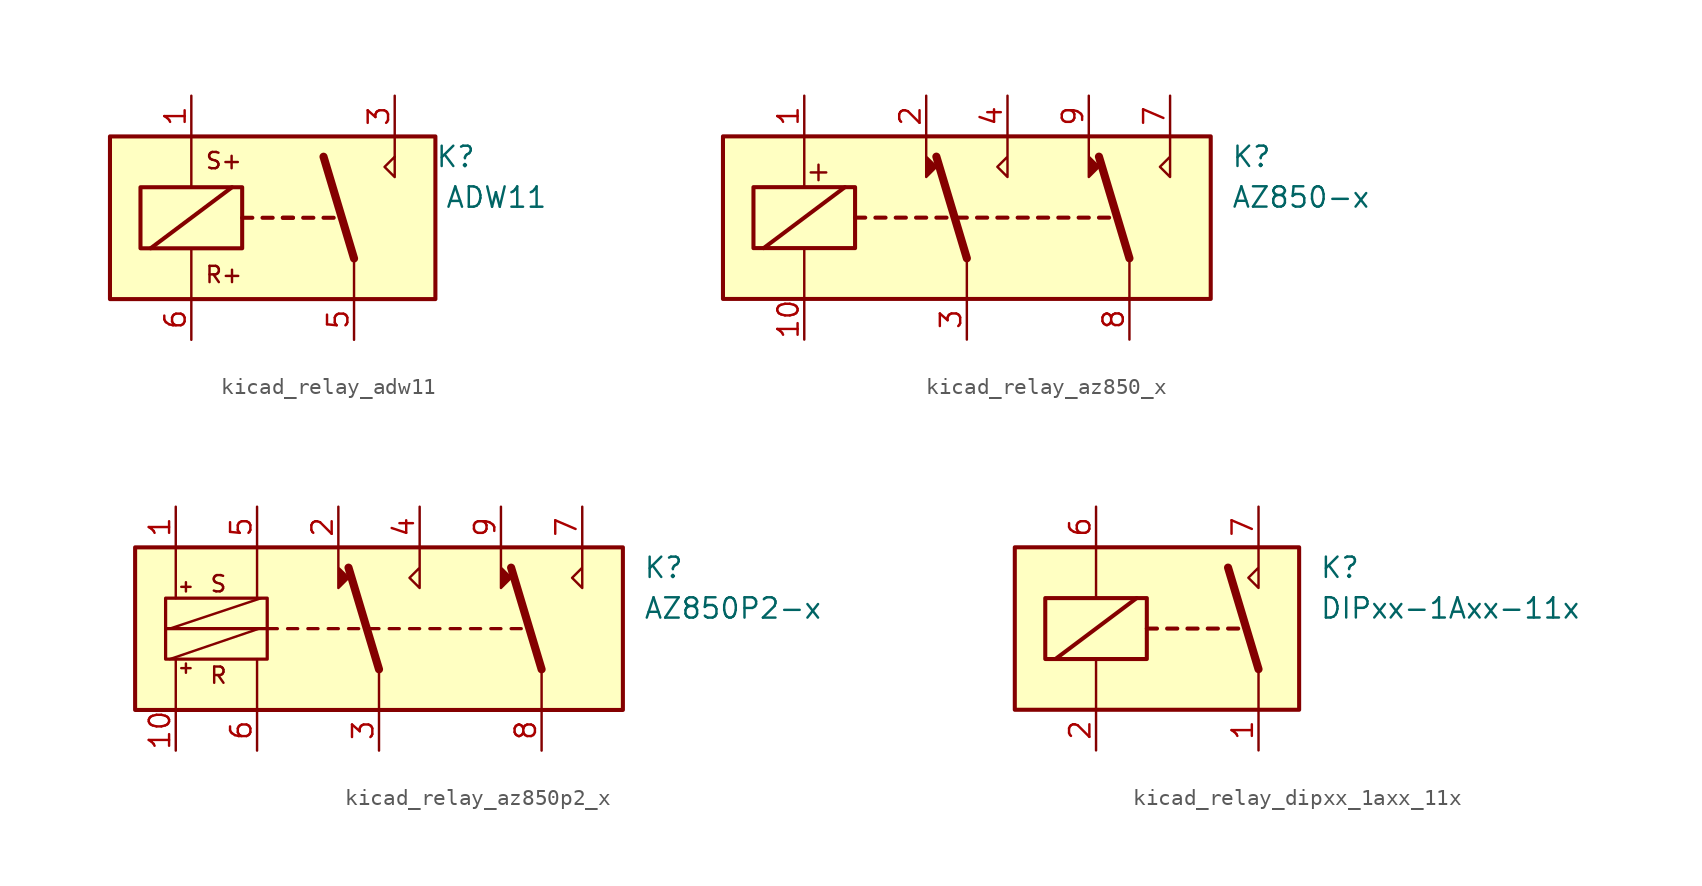
<source format=kicad_sym>
(kicad_symbol_lib
  (version 20220914)
  (generator kicad_symbol_editor)
  (symbol "kicad_relay_adw11"
    (property "Reference" "K"
      (at 11.43 3.81 0)
      (effects (font (size 1.27 1.27))))
    (property "Value" "ADW11"
      (at 13.97 1.27 0)
      (effects (font (size 1.27 1.27))))
    (symbol "kicad_relay_adw11_1_1"
      (rectangle (start -10.16 5.08) (end 10.16 -5.08) (stroke (width 0.254) (type default)) (fill (type background)))
      (rectangle (start -8.255 1.905) (end -1.905 -1.905) (stroke (width 0.254) (type default)) (fill (type none)))
      (polyline (pts (xy -7.62 -1.905) (xy -2.54 1.905)) (stroke (width 0.254) (type default)) (fill (type none)))
      (polyline (pts (xy -5.08 -5.08) (xy -5.08 -1.905)) (stroke (width 0) (type default)) (fill (type none)))
      (polyline (pts (xy -5.08 5.08) (xy -5.08 1.905)) (stroke (width 0) (type default)) (fill (type none)))
      (polyline (pts (xy -1.905 0) (xy -1.27 0)) (stroke (width 0.254) (type default)) (fill (type none)))
      (polyline (pts (xy -0.635 0) (xy 0 0)) (stroke (width 0.254) (type default)) (fill (type none)))
      (polyline (pts (xy 0.635 0) (xy 1.27 0)) (stroke (width 0.254) (type default)) (fill (type none)))
      (polyline (pts (xy 0.635 0) (xy 1.27 0)) (stroke (width 0.254) (type default)) (fill (type none)))
      (polyline (pts (xy 1.905 0) (xy 2.54 0)) (stroke (width 0.254) (type default)) (fill (type none)))
      (polyline (pts (xy 3.175 0) (xy 3.81 0)) (stroke (width 0.254) (type default)) (fill (type none)))
      (polyline (pts (xy 5.08 -2.54) (xy 3.175 3.81)) (stroke (width 0.508) (type default)) (fill (type none)))
      (polyline (pts (xy 5.08 -2.54) (xy 5.08 -5.08)) (stroke (width 0) (type default)) (fill (type none)))
      (polyline (pts (xy 7.62 3.81) (xy 7.62 5.08)) (stroke (width 0) (type default)) (fill (type none)))
      (polyline (pts (xy 7.62 3.81) (xy 7.62 2.54) (xy 6.985 3.175) (xy 7.62 3.81)) (stroke (width 0) (type default)) (fill (type none)))
      (text "R+" (at -3.048 -3.556 0) (effects (font (size 1.016 1.016))))
      (text "S+" (at -3.048 3.556 0) (effects (font (size 1.016 1.016))))
      (pin passive line (at -5.08 7.62 270) (length 2.54) (name "~" (effects (font (size 1.27 1.27)))) (number "1" (effects (font (size 1.27 1.27)))))
      (pin passive line (at 7.62 7.62 270) (length 2.54) (name "~" (effects (font (size 1.27 1.27)))) (number "3" (effects (font (size 1.27 1.27)))))
      (pin passive line (at 5.08 -7.62 90) (length 2.54) (name "~" (effects (font (size 1.27 1.27)))) (number "5" (effects (font (size 1.27 1.27)))))
      (pin passive line (at -5.08 -7.62 90) (length 2.54) (name "~" (effects (font (size 1.27 1.27)))) (number "6" (effects (font (size 1.27 1.27)))))))
  (symbol "kicad_relay_az850_x"
    (property "Reference" "K"
      (at 16.51 3.81 0)
      (effects (font (size 1.27 1.27)) (justify left)))
    (property "Value" "AZ850-x"
      (at 16.51 1.27 0)
      (effects (font (size 1.27 1.27)) (justify left)))
    (symbol "kicad_relay_az850_x_0_0"
      (text "+" (at -9.271 2.921 0) (effects (font (size 1.27 1.27)))))
    (symbol "kicad_relay_az850_x_0_1"
      (rectangle (start -15.24 5.08) (end 15.24 -5.08) (stroke (width 0.254) (type default)) (fill (type background)))
      (rectangle (start -13.335 1.905) (end -6.985 -1.905) (stroke (width 0.254) (type default)) (fill (type none)))
      (polyline (pts (xy -12.7 -1.905) (xy -7.62 1.905)) (stroke (width 0.254) (type default)) (fill (type none)))
      (polyline (pts (xy -10.16 -5.08) (xy -10.16 -1.905)) (stroke (width 0) (type default)) (fill (type none)))
      (polyline (pts (xy -10.16 5.08) (xy -10.16 1.905)) (stroke (width 0) (type default)) (fill (type none)))
      (polyline (pts (xy -6.985 0) (xy -6.35 0)) (stroke (width 0.254) (type default)) (fill (type none)))
      (polyline (pts (xy -5.715 0) (xy -5.08 0)) (stroke (width 0.254) (type default)) (fill (type none)))
      (polyline (pts (xy -4.445 0) (xy -3.81 0)) (stroke (width 0.254) (type default)) (fill (type none)))
      (polyline (pts (xy -3.175 0) (xy -2.54 0)) (stroke (width 0.254) (type default)) (fill (type none)))
      (polyline (pts (xy -1.905 0) (xy -1.27 0)) (stroke (width 0.254) (type default)) (fill (type none)))
      (polyline (pts (xy -0.635 0) (xy 0 0)) (stroke (width 0.254) (type default)) (fill (type none)))
      (polyline (pts (xy 0 -2.54) (xy -1.905 3.81)) (stroke (width 0.508) (type default)) (fill (type none)))
      (polyline (pts (xy 0 -2.54) (xy 0 -5.08)) (stroke (width 0) (type default)) (fill (type none)))
      (polyline (pts (xy 0.635 0) (xy 1.27 0)) (stroke (width 0.254) (type default)) (fill (type none)))
      (polyline (pts (xy 1.905 0) (xy 2.54 0)) (stroke (width 0.254) (type default)) (fill (type none)))
      (polyline (pts (xy 3.175 0) (xy 3.81 0)) (stroke (width 0.254) (type default)) (fill (type none)))
      (polyline (pts (xy 4.445 0) (xy 5.08 0)) (stroke (width 0.254) (type default)) (fill (type none)))
      (polyline (pts (xy 5.715 0) (xy 6.35 0)) (stroke (width 0.254) (type default)) (fill (type none)))
      (polyline (pts (xy 6.985 0) (xy 7.62 0)) (stroke (width 0.254) (type default)) (fill (type none)))
      (polyline (pts (xy 8.255 0) (xy 8.89 0)) (stroke (width 0.254) (type default)) (fill (type none)))
      (polyline (pts (xy 10.16 -2.54) (xy 8.255 3.81)) (stroke (width 0.508) (type default)) (fill (type none)))
      (polyline (pts (xy 10.16 -2.54) (xy 10.16 -5.08)) (stroke (width 0) (type default)) (fill (type none)))
      (polyline (pts (xy -2.54 5.08) (xy -2.54 2.54) (xy -1.905 3.175) (xy -2.54 3.81)) (stroke (width 0) (type default)) (fill (type outline)))
      (polyline (pts (xy 2.54 5.08) (xy 2.54 2.54) (xy 1.905 3.175) (xy 2.54 3.81)) (stroke (width 0) (type default)) (fill (type none)))
      (polyline (pts (xy 7.62 5.08) (xy 7.62 2.54) (xy 8.255 3.175) (xy 7.62 3.81)) (stroke (width 0) (type default)) (fill (type outline)))
      (polyline (pts (xy 12.7 5.08) (xy 12.7 2.54) (xy 12.065 3.175) (xy 12.7 3.81)) (stroke (width 0) (type default)) (fill (type none))))
    (symbol "kicad_relay_az850_x_1_1"
      (pin passive line (at -10.16 7.62 270) (length 2.54) (name "~" (effects (font (size 1.27 1.27)))) (number "1" (effects (font (size 1.27 1.27)))))
      (pin passive line (at -10.16 -7.62 90) (length 2.54) (name "~" (effects (font (size 1.27 1.27)))) (number "10" (effects (font (size 1.27 1.27)))))
      (pin passive line (at -2.54 7.62 270) (length 2.54) (name "~" (effects (font (size 1.27 1.27)))) (number "2" (effects (font (size 1.27 1.27)))))
      (pin passive line (at 0 -7.62 90) (length 2.54) (name "~" (effects (font (size 1.27 1.27)))) (number "3" (effects (font (size 1.27 1.27)))))
      (pin passive line (at 2.54 7.62 270) (length 2.54) (name "~" (effects (font (size 1.27 1.27)))) (number "4" (effects (font (size 1.27 1.27)))))
      (pin passive line (at 12.7 7.62 270) (length 2.54) (name "~" (effects (font (size 1.27 1.27)))) (number "7" (effects (font (size 1.27 1.27)))))
      (pin passive line (at 10.16 -7.62 90) (length 2.54) (name "~" (effects (font (size 1.27 1.27)))) (number "8" (effects (font (size 1.27 1.27)))))
      (pin passive line (at 7.62 7.62 270) (length 2.54) (name "~" (effects (font (size 1.27 1.27)))) (number "9" (effects (font (size 1.27 1.27)))))))
  (symbol "kicad_relay_az850p2_x"
    (property "Reference" "K"
      (at 16.51 3.81 0)
      (effects (font (size 1.27 1.27)) (justify left)))
    (property "Value" "AZ850P2-x"
      (at 16.51 1.27 0)
      (effects (font (size 1.27 1.27)) (justify left)))
    (symbol "kicad_relay_az850p2_x_0_0"
      (polyline (pts (xy -2.54 5.08) (xy -2.54 2.54) (xy -1.905 3.175) (xy -2.54 3.81)) (stroke (width 0) (type default)) (fill (type outline)))
      (polyline (pts (xy 2.54 5.08) (xy 2.54 2.54) (xy 1.905 3.175) (xy 2.54 3.81)) (stroke (width 0) (type default)) (fill (type none)))
      (polyline (pts (xy 7.62 5.08) (xy 7.62 2.54) (xy 8.255 3.175) (xy 7.62 3.81)) (stroke (width 0) (type default)) (fill (type outline)))
      (polyline (pts (xy 12.7 5.08) (xy 12.7 2.54) (xy 12.065 3.175) (xy 12.7 3.81)) (stroke (width 0) (type default)) (fill (type none)))
      (text "+" (at -12.065 -2.413 0) (effects (font (size 0.762 0.762))))
      (text "+" (at -12.065 2.667 0) (effects (font (size 0.762 0.762))))
      (text "R" (at -10.033 -2.921 0) (effects (font (size 1.016 1.016))))
      (text "S" (at -10.033 2.794 0) (effects (font (size 1.016 1.016)))))
    (symbol "kicad_relay_az850p2_x_0_1"
      (rectangle (start -15.24 5.08) (end 15.24 -5.08) (stroke (width 0.254) (type default)) (fill (type background)))
      (rectangle (start -13.335 1.905) (end -6.985 -1.905) (stroke (width 0.203) (type default)) (fill (type none)))
      (polyline (pts (xy -13.335 0) (xy -6.35 0)) (stroke (width 0.203) (type default)) (fill (type none)))
      (polyline (pts (xy -13.081 -1.905) (xy -7.493 0)) (stroke (width 0) (type default)) (fill (type none)))
      (polyline (pts (xy -13.081 0) (xy -7.366 1.905)) (stroke (width 0) (type default)) (fill (type none)))
      (polyline (pts (xy -12.7 -5.08) (xy -12.7 -1.905)) (stroke (width 0) (type default)) (fill (type none)))
      (polyline (pts (xy -12.7 5.08) (xy -12.7 1.905)) (stroke (width 0) (type default)) (fill (type none)))
      (polyline (pts (xy -7.62 -5.08) (xy -7.62 -1.905)) (stroke (width 0) (type default)) (fill (type none)))
      (polyline (pts (xy -7.62 5.08) (xy -7.62 1.905)) (stroke (width 0) (type default)) (fill (type none)))
      (polyline (pts (xy -5.715 0) (xy -5.08 0)) (stroke (width 0.203) (type default)) (fill (type none)))
      (polyline (pts (xy -4.445 0) (xy -3.81 0)) (stroke (width 0.203) (type default)) (fill (type none)))
      (polyline (pts (xy -3.175 0) (xy -2.54 0)) (stroke (width 0.203) (type default)) (fill (type none)))
      (polyline (pts (xy -1.905 0) (xy -1.27 0)) (stroke (width 0.203) (type default)) (fill (type none)))
      (polyline (pts (xy -0.635 0) (xy 0 0)) (stroke (width 0.203) (type default)) (fill (type none)))
      (polyline (pts (xy 0 -2.54) (xy -1.905 3.81)) (stroke (width 0.508) (type default)) (fill (type none)))
      (polyline (pts (xy 0 -2.54) (xy 0 -5.08)) (stroke (width 0) (type default)) (fill (type none)))
      (polyline (pts (xy 0.635 0) (xy 1.27 0)) (stroke (width 0.203) (type default)) (fill (type none)))
      (polyline (pts (xy 1.905 0) (xy 2.54 0)) (stroke (width 0.203) (type default)) (fill (type none)))
      (polyline (pts (xy 3.175 0) (xy 3.81 0)) (stroke (width 0.203) (type default)) (fill (type none)))
      (polyline (pts (xy 4.445 0) (xy 5.08 0)) (stroke (width 0.203) (type default)) (fill (type none)))
      (polyline (pts (xy 5.715 0) (xy 6.35 0)) (stroke (width 0.203) (type default)) (fill (type none)))
      (polyline (pts (xy 6.985 0) (xy 7.62 0)) (stroke (width 0.203) (type default)) (fill (type none)))
      (polyline (pts (xy 8.255 0) (xy 8.89 0)) (stroke (width 0.203) (type default)) (fill (type none)))
      (polyline (pts (xy 10.16 -2.54) (xy 8.255 3.81)) (stroke (width 0.508) (type default)) (fill (type none)))
      (polyline (pts (xy 10.16 -2.54) (xy 10.16 -5.08)) (stroke (width 0) (type default)) (fill (type none))))
    (symbol "kicad_relay_az850p2_x_1_1"
      (pin passive line (at -12.7 7.62 270) (length 2.54) (name "~" (effects (font (size 1.27 1.27)))) (number "1" (effects (font (size 1.27 1.27)))))
      (pin passive line (at -12.7 -7.62 90) (length 2.54) (name "~" (effects (font (size 1.27 1.27)))) (number "10" (effects (font (size 1.27 1.27)))))
      (pin passive line (at -2.54 7.62 270) (length 2.54) (name "~" (effects (font (size 1.27 1.27)))) (number "2" (effects (font (size 1.27 1.27)))))
      (pin passive line (at 0 -7.62 90) (length 2.54) (name "~" (effects (font (size 1.27 1.27)))) (number "3" (effects (font (size 1.27 1.27)))))
      (pin passive line (at 2.54 7.62 270) (length 2.54) (name "~" (effects (font (size 1.27 1.27)))) (number "4" (effects (font (size 1.27 1.27)))))
      (pin passive line (at -7.62 7.62 270) (length 2.54) (name "~" (effects (font (size 1.27 1.27)))) (number "5" (effects (font (size 1.27 1.27)))))
      (pin passive line (at -7.62 -7.62 90) (length 2.54) (name "~" (effects (font (size 1.27 1.27)))) (number "6" (effects (font (size 1.27 1.27)))))
      (pin passive line (at 12.7 7.62 270) (length 2.54) (name "~" (effects (font (size 1.27 1.27)))) (number "7" (effects (font (size 1.27 1.27)))))
      (pin passive line (at 10.16 -7.62 90) (length 2.54) (name "~" (effects (font (size 1.27 1.27)))) (number "8" (effects (font (size 1.27 1.27)))))
      (pin passive line (at 7.62 7.62 270) (length 2.54) (name "~" (effects (font (size 1.27 1.27)))) (number "9" (effects (font (size 1.27 1.27)))))))
  (symbol "kicad_relay_dipxx_1axx_11x"
    (property "Reference" "K"
      (at 8.89 3.81 0)
      (effects (font (size 1.27 1.27)) (justify left)))
    (property "Value" "DIPxx-1Axx-11x"
      (at 8.89 1.27 0)
      (effects (font (size 1.27 1.27)) (justify left)))
    (symbol "kicad_relay_dipxx_1axx_11x_0_0"
      (polyline (pts (xy 5.08 5.08) (xy 5.08 2.54) (xy 4.445 3.175) (xy 5.08 3.81)) (stroke (width 0) (type default)) (fill (type none))))
    (symbol "kicad_relay_dipxx_1axx_11x_0_1"
      (rectangle (start -10.16 5.08) (end 7.62 -5.08) (stroke (width 0.254) (type default)) (fill (type background)))
      (rectangle (start -8.255 1.905) (end -1.905 -1.905) (stroke (width 0.254) (type default)) (fill (type none)))
      (polyline (pts (xy -7.62 -1.905) (xy -2.54 1.905)) (stroke (width 0.254) (type default)) (fill (type none)))
      (polyline (pts (xy -5.08 -5.08) (xy -5.08 -1.905)) (stroke (width 0) (type default)) (fill (type none)))
      (polyline (pts (xy -5.08 5.08) (xy -5.08 1.905)) (stroke (width 0) (type default)) (fill (type none)))
      (polyline (pts (xy -1.905 0) (xy -1.27 0)) (stroke (width 0.254) (type default)) (fill (type none)))
      (polyline (pts (xy -0.635 0) (xy 0 0)) (stroke (width 0.254) (type default)) (fill (type none)))
      (polyline (pts (xy 0.635 0) (xy 1.27 0)) (stroke (width 0.254) (type default)) (fill (type none)))
      (polyline (pts (xy 1.905 0) (xy 2.54 0)) (stroke (width 0.254) (type default)) (fill (type none)))
      (polyline (pts (xy 3.175 0) (xy 3.81 0)) (stroke (width 0.254) (type default)) (fill (type none)))
      (polyline (pts (xy 5.08 -2.54) (xy 3.175 3.81)) (stroke (width 0.508) (type default)) (fill (type none)))
      (polyline (pts (xy 5.08 -2.54) (xy 5.08 -5.08)) (stroke (width 0) (type default)) (fill (type none))))
    (symbol "kicad_relay_dipxx_1axx_11x_1_1"
      (pin passive line (at 5.08 -7.62 90) (length 2.54) (name "~" (effects (font (size 1.27 1.27)))) (number "1" (effects (font (size 1.27 1.27)))))
      (pin passive line (at 5.08 -7.62 90) (length 2.54) hide (name "~" (effects (font (size 1.27 1.27)))) (number "14" (effects (font (size 1.27 1.27)))))
      (pin passive line (at -5.08 -7.62 90) (length 2.54) (name "~" (effects (font (size 1.27 1.27)))) (number "2" (effects (font (size 1.27 1.27)))))
      (pin passive line (at -5.08 7.62 270) (length 2.54) (name "~" (effects (font (size 1.27 1.27)))) (number "6" (effects (font (size 1.27 1.27)))))
      (pin passive line (at 5.08 7.62 270) (length 2.54) (name "~" (effects (font (size 1.27 1.27)))) (number "7" (effects (font (size 1.27 1.27)))))
      (pin passive line (at 5.08 7.62 270) (length 2.54) hide (name "~" (effects (font (size 1.27 1.27)))) (number "8" (effects (font (size 1.27 1.27))))))))
</source>
